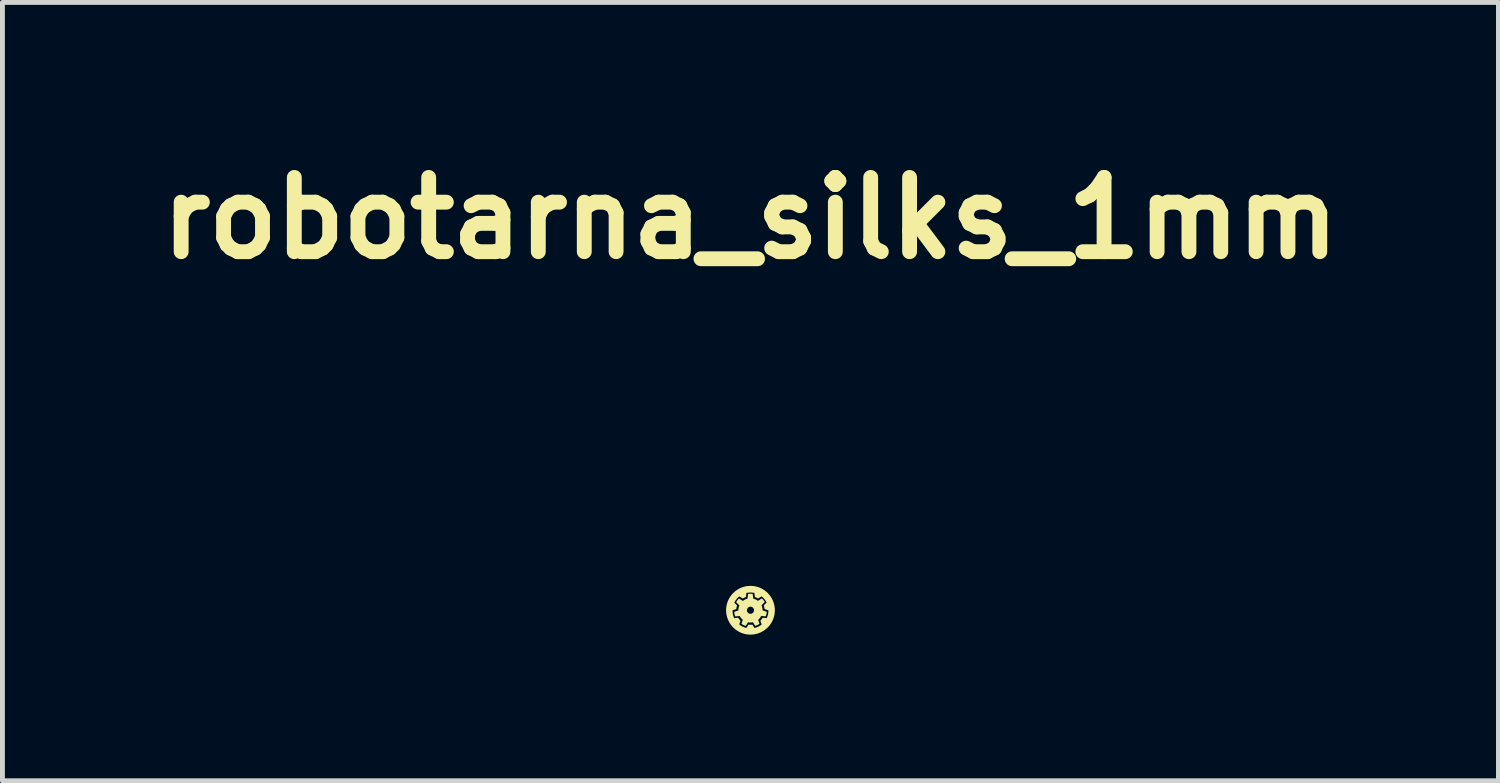
<source format=kicad_pcb>
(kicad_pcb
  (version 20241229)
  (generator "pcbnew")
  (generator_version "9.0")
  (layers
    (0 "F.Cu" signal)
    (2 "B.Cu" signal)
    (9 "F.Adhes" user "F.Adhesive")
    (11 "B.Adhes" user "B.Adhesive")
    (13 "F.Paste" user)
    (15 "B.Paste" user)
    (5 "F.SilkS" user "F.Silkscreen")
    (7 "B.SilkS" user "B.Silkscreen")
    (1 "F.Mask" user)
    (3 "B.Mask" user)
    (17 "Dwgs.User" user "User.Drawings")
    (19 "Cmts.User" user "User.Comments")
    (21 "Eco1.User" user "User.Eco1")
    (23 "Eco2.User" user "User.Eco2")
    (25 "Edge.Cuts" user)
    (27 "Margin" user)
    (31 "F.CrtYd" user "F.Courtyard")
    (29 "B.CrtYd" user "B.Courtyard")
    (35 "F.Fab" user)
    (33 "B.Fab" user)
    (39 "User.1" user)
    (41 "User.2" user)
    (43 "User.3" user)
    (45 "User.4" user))
  (footprint "robotarna_silks_1mm"
    (layer "F.Cu")
    (at 12.352 9.474)
    (property "Reference" "robotarna_silks_1mm" (at 0 -8.048 0) (layer "F.SilkS") (effects (font (size 1.524 1.524) (thickness 0.305))))
    (attr smd)
    (fp_poly (pts (xy -0.000001 0.073) (xy -0.331 0.061) (xy -0.33 0.067) (xy -0.328 0.072) (xy -0.327 0.077) (xy -0.326 0.082) (xy -0.325 0.088) (xy -0.323 0.093) (xy -0.322 0.098) (xy -0.32 0.103) (xy -0.318 0.108) (xy -0.317 0.113) (xy -0.315 0.118) (xy -0.313 0.123) (xy -0.311 0.128) (xy -0.22 0.118) (xy -0.218 0.122) (xy -0.215 0.127) (xy -0.213 0.132) (xy -0.21 0.136) (xy -0.207 0.141) (xy -0.204 0.145) (xy -0.201 0.15) (xy -0.197 0.154) (xy -0.194 0.158) (xy -0.191 0.162) (xy -0.187 0.166) (xy -0.184 0.17) (xy -0.18 0.174) (xy -0.176 0.178) (xy -0.173 0.182) (xy -0.169 0.185) (xy -0.165 0.189) (xy -0.161 0.193) (xy -0.157 0.196) (xy -0.185 0.28) (xy -0.181 0.283) (xy -0.176 0.286) (xy -0.171 0.288) (xy -0.167 0.291) (xy -0.162 0.294) (xy -0.157 0.296) (xy -0.152 0.299) (xy -0.148 0.301) (xy -0.143 0.303) (xy -0.138 0.306) (xy -0.133 0.308) (xy -0.128 0.31) (xy -0.123 0.312) (xy -0.118 0.314) (xy -0.113 0.316) (xy -0.107 0.318) (xy -0.102 0.319) (xy -0.097 0.321) (xy -0.05 0.247) (xy -0.045 0.248) (xy -0.039 0.249) (xy -0.034 0.249) (xy -0.028 0.25) (xy -0.023 0.251) (xy -0.017 0.251) (xy -0.012 0.251) (xy -0.006 0.252) (xy -0.000186 0.252) (xy 0.005 0.252) (xy 0.01 0.251) (xy 0.015 0.251) (xy 0.02 0.251) (xy 0.026 0.25) (xy 0.031 0.25) (xy 0.036 0.249) (xy 0.041 0.248) (xy 0.046 0.247) (xy 0.051 0.247) (xy 0.098 0.321) (xy 0.103 0.319) (xy 0.109 0.317) (xy 0.114 0.316) (xy 0.119 0.314) (xy 0.124 0.312) (xy 0.129 0.31) (xy 0.134 0.308) (xy 0.139 0.305) (xy 0.144 0.303) (xy 0.149 0.301) (xy 0.153 0.298) (xy 0.158 0.296) (xy 0.163 0.293) (xy 0.168 0.291) (xy 0.172 0.288) (xy 0.177 0.285) (xy 0.181 0.282) (xy 0.186 0.279) (xy 0.157 0.196) (xy 0.161 0.192) (xy 0.165 0.189) (xy 0.169 0.185) (xy 0.173 0.182) (xy 0.177 0.178) (xy 0.181 0.174) (xy 0.184 0.17) (xy 0.188 0.166) (xy 0.192 0.162) (xy 0.195 0.157) (xy 0.198 0.153) (xy 0.201 0.149) (xy 0.205 0.144) (xy 0.208 0.14) (xy 0.211 0.135) (xy 0.213 0.131) (xy 0.216 0.126) (xy 0.219 0.121) (xy 0.221 0.116) (xy 0.312 0.126) (xy 0.314 0.121) (xy 0.316 0.116) (xy 0.318 0.111) (xy 0.319 0.106) (xy 0.321 0.101) (xy 0.322 0.096) (xy 0.324 0.091) (xy 0.325 0.086) (xy 0.327 0.08) (xy 0.328 0.075) (xy 0.329 0.07) (xy 0.33 0.065) (xy 0.331 0.059) (xy 0.332 0.054) (xy 0.333 0.049) (xy 0.334 0.043) (xy 0.334 0.038) (xy 0.335 0.033) (xy 0.249 0.002) (xy 0.248 -0.004) (xy 0.248 -0.009) (xy 0.248 -0.015) (xy 0.247 -0.021) (xy 0.247 -0.026) (xy 0.246 -0.032) (xy 0.245 -0.038) (xy 0.244 -0.043) (xy 0.243 -0.049) (xy 0.242 -0.054) (xy 0.241 -0.059) (xy 0.239 -0.065) (xy 0.238 -0.07) (xy 0.236 -0.075) (xy 0.234 -0.081) (xy 0.232 -0.086) (xy 0.23 -0.091) (xy 0.228 -0.096) (xy 0.226 -0.101) (xy 0.292 -0.169) (xy 0.29 -0.173) (xy 0.287 -0.178) (xy 0.284 -0.183) (xy 0.281 -0.188) (xy 0.277 -0.192) (xy 0.274 -0.197) (xy 0.271 -0.201) (xy 0.268 -0.206) (xy 0.264 -0.21) (xy 0.261 -0.214) (xy 0.257 -0.219) (xy 0.254 -0.223) (xy 0.25 -0.227) (xy 0.246 -0.231) (xy 0.242 -0.235) (xy 0.238 -0.239) (xy 0.234 -0.243) (xy 0.153 -0.192) (xy 0.149 -0.195) (xy 0.145 -0.199) (xy 0.141 -0.202) (xy 0.136 -0.205) (xy 0.132 -0.208) (xy 0.127 -0.21) (xy 0.122 -0.213) (xy 0.118 -0.216) (xy 0.113 -0.218) (xy 0.108 -0.221) (xy 0.103 -0.223) (xy 0.098 -0.225) (xy 0.093 -0.227) (xy 0.088 -0.229) (xy 0.083 -0.231) (xy 0.078 -0.233) (xy 0.073 -0.234) (xy 0.067 -0.236) (xy 0.062 -0.237) (xy 0.057 -0.239) (xy 0.045 -0.335) (xy 0.04 -0.336) (xy 0.034 -0.336) (xy 0.029 -0.337) (xy 0.023 -0.337) (xy 0.017 -0.338) (xy 0.012 -0.338) (xy 0.006 -0.338) (xy 0.001 -0.338) (xy -0.005 -0.338) (xy -0.011 -0.338) (xy -0.016 -0.338) (xy -0.022 -0.337) (xy -0.027 -0.337) (xy -0.033 -0.336) (xy -0.038 -0.336) (xy -0.043 -0.335) (xy -0.049 -0.334) (xy -0.06 -0.238) (xy -0.065 -0.237) (xy -0.07 -0.235) (xy -0.075 -0.233) (xy -0.081 -0.232) (xy -0.086 -0.23) (xy -0.091 -0.228) (xy -0.096 -0.226) (xy -0.101 -0.224) (xy -0.106 -0.222) (xy -0.11 -0.219) (xy -0.115 -0.217) (xy -0.12 -0.214) (xy -0.125 -0.212) (xy -0.129 -0.209) (xy -0.134 -0.206) (xy -0.138 -0.203) (xy -0.142 -0.2) (xy -0.147 -0.197) (xy -0.151 -0.194) (xy -0.155 -0.191) (xy -0.237 -0.241) (xy -0.24 -0.237) (xy -0.244 -0.233) (xy -0.248 -0.229) (xy -0.252 -0.225) (xy -0.255 -0.22) (xy -0.259 -0.216) (xy -0.263 -0.212) (xy -0.266 -0.207) (xy -0.269 -0.203) (xy -0.273 -0.198) (xy -0.276 -0.194) (xy -0.279 -0.189) (xy -0.282 -0.185) (xy -0.285 -0.18) (xy -0.288 -0.175) (xy -0.291 -0.17) (xy -0.294 -0.165) (xy -0.227 -0.098) (xy -0.229 -0.093) (xy -0.231 -0.088) (xy -0.233 -0.083) (xy -0.235 -0.078) (xy -0.236 -0.073) (xy -0.238 -0.068) (xy -0.239 -0.063) (xy -0.241 -0.057) (xy -0.242 -0.052) (xy -0.243 -0.047) (xy -0.244 -0.041) (xy -0.245 -0.036) (xy -0.246 -0.031) (xy -0.247 -0.025) (xy -0.247 -0.02) (xy -0.248 -0.014) (xy -0.248 -0.008) (xy -0.248 -0.003) (xy -0.248 0.003) (xy -0.248 0.003) (xy -0.335 0.034) (xy -0.334 0.04) (xy -0.333 0.045) (xy -0.332 0.051) (xy -0.332 0.056) (xy -0.331 0.061) (xy -0.000001 0.073) (xy -0.005 0.073) (xy -0.01 0.072) (xy -0.015 0.071) (xy -0.02 0.07) (xy -0.025 0.069) (xy -0.03 0.067) (xy -0.034 0.065) (xy -0.038 0.062) (xy -0.042 0.059) (xy -0.046 0.056) (xy -0.05 0.053) (xy -0.053 0.05) (xy -0.056 0.046) (xy -0.059 0.042) (xy -0.062 0.038) (xy -0.065 0.034) (xy -0.067 0.03) (xy -0.069 0.025) (xy -0.07 0.02) (xy -0.071 0.015) (xy -0.072 0.01) (xy -0.073 0.005) (xy -0.073 0.000002) (xy -0.073 -0.005) (xy -0.072 -0.01) (xy -0.071 -0.015) (xy -0.07 -0.02) (xy -0.069 -0.025) (xy -0.067 -0.03) (xy -0.065 -0.034) (xy -0.062 -0.038) (xy -0.059 -0.042) (xy -0.056 -0.046) (xy -0.053 -0.05) (xy -0.05 -0.053) (xy -0.046 -0.056) (xy -0.042 -0.059) (xy -0.038 -0.062) (xy -0.034 -0.065) (xy -0.03 -0.067) (xy -0.025 -0.069) (xy -0.02 -0.07) (xy -0.015 -0.071) (xy -0.01 -0.072) (xy -0.005 -0.073) (xy -0.000001 -0.073) (xy 0.005 -0.073) (xy 0.01 -0.072) (xy 0.015 -0.071) (xy 0.02 -0.07) (xy 0.025 -0.069) (xy 0.03 -0.067) (xy 0.034 -0.065) (xy 0.038 -0.062) (xy 0.042 -0.059) (xy 0.046 -0.056) (xy 0.05 -0.053) (xy 0.053 -0.05) (xy 0.056 -0.046) (xy 0.059 -0.042) (xy 0.062 -0.038) (xy 0.065 -0.034) (xy 0.067 -0.03) (xy 0.069 -0.025) (xy 0.07 -0.02) (xy 0.071 -0.015) (xy 0.072 -0.01) (xy 0.073 -0.005) (xy 0.073 0.000002) (xy 0.073 0.005) (xy 0.072 0.01) (xy 0.071 0.015) (xy 0.07 0.02) (xy 0.069 0.025) (xy 0.067 0.03) (xy 0.065 0.034) (xy 0.062 0.038) (xy 0.059 0.042) (xy 0.056 0.046) (xy 0.053 0.05) (xy 0.05 0.053) (xy 0.046 0.056) (xy 0.042 0.059) (xy 0.038 0.062) (xy 0.034 0.065) (xy 0.03 0.067) (xy 0.025 0.069) (xy 0.02 0.07) (xy 0.015 0.071) (xy 0.01 0.072) (xy 0.005 0.073) (xy -0.000001 0.073)) (stroke (width 0) (type solid)) (fill yes) (layer "F.SilkS"))
    (fp_poly (pts (xy 0.333 0.163) (xy 0.074 0.495) (xy 0.079 0.494) (xy 0.084 0.493) (xy 0.089 0.492) (xy 0.094 0.491) (xy 0.099 0.49) (xy 0.105 0.489) (xy 0.11 0.488) (xy 0.115 0.487) (xy 0.12 0.486) (xy 0.125 0.484) (xy 0.13 0.483) (xy 0.135 0.482) (xy 0.139 0.48) (xy 0.144 0.479) (xy 0.149 0.477) (xy 0.154 0.476) (xy 0.159 0.474) (xy 0.164 0.473) (xy 0.169 0.471) (xy 0.173 0.469) (xy 0.178 0.467) (xy 0.183 0.465) (xy 0.188 0.464) (xy 0.192 0.462) (xy 0.197 0.46) (xy 0.202 0.458) (xy 0.206 0.456) (xy 0.211 0.454) (xy 0.215 0.451) (xy 0.22 0.449) (xy 0.224 0.447) (xy 0.229 0.445) (xy 0.233 0.442) (xy 0.238 0.44) (xy 0.242 0.438) (xy 0.247 0.435) (xy 0.251 0.433) (xy 0.255 0.43) (xy 0.26 0.427) (xy 0.264 0.425) (xy 0.268 0.422) (xy 0.272 0.419) (xy 0.276 0.417) (xy 0.281 0.414) (xy 0.285 0.411) (xy 0.289 0.408) (xy 0.293 0.405) (xy 0.297 0.402) (xy 0.301 0.399) (xy 0.305 0.396) (xy 0.309 0.393) (xy 0.313 0.39) (xy 0.317 0.387) (xy 0.32 0.384) (xy 0.324 0.381) (xy 0.328 0.377) (xy 0.332 0.374) (xy 0.335 0.371) (xy 0.339 0.367) (xy 0.343 0.364) (xy 0.346 0.361) (xy 0.35 0.357) (xy 0.354 0.354) (xy 0.357 0.35) (xy 0.361 0.346) (xy 0.364 0.343) (xy 0.367 0.339) (xy 0.371 0.335) (xy 0.374 0.332) (xy 0.377 0.328) (xy 0.381 0.324) (xy 0.384 0.32) (xy 0.387 0.317) (xy 0.39 0.313) (xy 0.393 0.309) (xy 0.396 0.305) (xy 0.399 0.301) (xy 0.402 0.297) (xy 0.405 0.293) (xy 0.408 0.289) (xy 0.411 0.285) (xy 0.414 0.281) (xy 0.417 0.276) (xy 0.419 0.272) (xy 0.422 0.268) (xy 0.425 0.264) (xy 0.427 0.26) (xy 0.43 0.255) (xy 0.433 0.251) (xy 0.435 0.247) (xy 0.438 0.242) (xy 0.44 0.238) (xy 0.442 0.233) (xy 0.445 0.229) (xy 0.447 0.224) (xy 0.449 0.22) (xy 0.451 0.215) (xy 0.454 0.211) (xy 0.456 0.206) (xy 0.458 0.202) (xy 0.46 0.197) (xy 0.462 0.192) (xy 0.464 0.188) (xy 0.465 0.183) (xy 0.467 0.178) (xy 0.469 0.173) (xy 0.471 0.169) (xy 0.473 0.164) (xy 0.474 0.159) (xy 0.476 0.154) (xy 0.477 0.149) (xy 0.479 0.144) (xy 0.48 0.139) (xy 0.482 0.135) (xy 0.483 0.13) (xy 0.484 0.125) (xy 0.486 0.12) (xy 0.487 0.115) (xy 0.488 0.11) (xy 0.489 0.105) (xy 0.49 0.1) (xy 0.491 0.094) (xy 0.492 0.089) (xy 0.493 0.084) (xy 0.494 0.079) (xy 0.495 0.074) (xy 0.495 0.069) (xy 0.496 0.064) (xy 0.497 0.058) (xy 0.497 0.053) (xy 0.498 0.048) (xy 0.498 0.043) (xy 0.499 0.037) (xy 0.499 0.032) (xy 0.499 0.027) (xy 0.5 0.021) (xy 0.5 0.016) (xy 0.5 0.011) (xy 0.5 0.005) (xy 0.5 0.000001) (xy 0.5 -0.005) (xy 0.5 -0.011) (xy 0.5 -0.016) (xy 0.5 -0.021) (xy 0.499 -0.027) (xy 0.499 -0.032) (xy 0.499 -0.037) (xy 0.498 -0.043) (xy 0.498 -0.048) (xy 0.497 -0.053) (xy 0.497 -0.058) (xy 0.496 -0.064) (xy 0.495 -0.069) (xy 0.495 -0.074) (xy 0.494 -0.079) (xy 0.493 -0.084) (xy 0.492 -0.089) (xy 0.491 -0.094) (xy 0.49 -0.099) (xy 0.489 -0.105) (xy 0.488 -0.11) (xy 0.487 -0.115) (xy 0.486 -0.12) (xy 0.484 -0.125) (xy 0.483 -0.13) (xy 0.482 -0.135) (xy 0.48 -0.139) (xy 0.479 -0.144) (xy 0.477 -0.149) (xy 0.476 -0.154) (xy 0.474 -0.159) (xy 0.473 -0.164) (xy 0.471 -0.169) (xy 0.469 -0.173) (xy 0.467 -0.178) (xy 0.465 -0.183) (xy 0.464 -0.188) (xy 0.462 -0.192) (xy 0.46 -0.197) (xy 0.458 -0.202) (xy 0.456 -0.206) (xy 0.454 -0.211) (xy 0.451 -0.215) (xy 0.449 -0.22) (xy 0.447 -0.224) (xy 0.445 -0.229) (xy 0.442 -0.233) (xy 0.44 -0.238) (xy 0.438 -0.242) (xy 0.435 -0.247) (xy 0.433 -0.251) (xy 0.43 -0.255) (xy 0.427 -0.26) (xy 0.425 -0.264) (xy 0.422 -0.268) (xy 0.419 -0.272) (xy 0.417 -0.276) (xy 0.414 -0.281) (xy 0.411 -0.285) (xy 0.408 -0.289) (xy 0.405 -0.293) (xy 0.402 -0.297) (xy 0.399 -0.301) (xy 0.396 -0.305) (xy 0.393 -0.309) (xy 0.39 -0.313) (xy 0.387 -0.317) (xy 0.384 -0.32) (xy 0.381 -0.324) (xy 0.377 -0.328) (xy 0.374 -0.332) (xy 0.371 -0.335) (xy 0.367 -0.339) (xy 0.364 -0.343) (xy 0.361 -0.346) (xy 0.357 -0.35) (xy 0.354 -0.354) (xy 0.35 -0.357) (xy 0.346 -0.361) (xy 0.343 -0.364) (xy 0.339 -0.367) (xy 0.335 -0.371) (xy 0.332 -0.374) (xy 0.328 -0.377) (xy 0.324 -0.381) (xy 0.32 -0.384) (xy 0.317 -0.387) (xy 0.313 -0.39) (xy 0.309 -0.393) (xy 0.305 -0.396) (xy 0.301 -0.399) (xy 0.297 -0.402) (xy 0.293 -0.405) (xy 0.289 -0.408) (xy 0.285 -0.411) (xy 0.281 -0.414) (xy 0.276 -0.417) (xy 0.272 -0.419) (xy 0.268 -0.422) (xy 0.264 -0.425) (xy 0.26 -0.427) (xy 0.255 -0.43) (xy 0.251 -0.433) (xy 0.247 -0.435) (xy 0.242 -0.438) (xy 0.238 -0.44) (xy 0.233 -0.442) (xy 0.229 -0.445) (xy 0.224 -0.447) (xy 0.22 -0.449) (xy 0.215 -0.451) (xy 0.211 -0.454) (xy 0.206 -0.456) (xy 0.202 -0.458) (xy 0.197 -0.46) (xy 0.192 -0.462) (xy 0.188 -0.464) (xy 0.183 -0.465) (xy 0.178 -0.467) (xy 0.173 -0.469) (xy 0.169 -0.471) (xy 0.164 -0.473) (xy 0.159 -0.474) (xy 0.154 -0.476) (xy 0.149 -0.477) (xy 0.144 -0.479) (xy 0.139 -0.48) (xy 0.135 -0.482) (xy 0.13 -0.483) (xy 0.125 -0.484) (xy 0.12 -0.486) (xy 0.115 -0.487) (xy 0.11 -0.488) (xy 0.105 -0.489) (xy 0.099 -0.49) (xy 0.094 -0.491) (xy 0.089 -0.492) (xy 0.084 -0.493) (xy 0.079 -0.494) (xy 0.074 -0.495) (xy 0.069 -0.495) (xy 0.064 -0.496) (xy 0.058 -0.497) (xy 0.053 -0.497) (xy 0.048 -0.498) (xy 0.043 -0.498) (xy 0.037 -0.499) (xy 0.032 -0.499) (xy 0.027 -0.499) (xy 0.021 -0.5) (xy 0.016 -0.5) (xy 0.011 -0.5) (xy 0.005 -0.5) (xy -0.000001 -0.5) (xy -0.005 -0.5) (xy -0.011 -0.5) (xy -0.016 -0.5) (xy -0.021 -0.5) (xy -0.027 -0.499) (xy -0.032 -0.499) (xy -0.037 -0.499) (xy -0.043 -0.498) (xy -0.048 -0.498) (xy -0.053 -0.497) (xy -0.058 -0.497) (xy -0.064 -0.496) (xy -0.069 -0.495) (xy -0.074 -0.495) (xy -0.079 -0.494) (xy -0.084 -0.493) (xy -0.089 -0.492) (xy -0.094 -0.491) (xy -0.1 -0.49) (xy -0.105 -0.489) (xy -0.11 -0.488) (xy -0.115 -0.487) (xy -0.12 -0.486) (xy -0.125 -0.484) (xy -0.13 -0.483) (xy -0.135 -0.482) (xy -0.139 -0.48) (xy -0.144 -0.479) (xy -0.149 -0.477) (xy -0.154 -0.476) (xy -0.159 -0.474) (xy -0.164 -0.473) (xy -0.169 -0.471) (xy -0.173 -0.469) (xy -0.178 -0.467) (xy -0.183 -0.465) (xy -0.188 -0.464) (xy -0.192 -0.462) (xy -0.197 -0.46) (xy -0.202 -0.458) (xy -0.206 -0.456) (xy -0.211 -0.454) (xy -0.215 -0.451) (xy -0.22 -0.449) (xy -0.224 -0.447) (xy -0.229 -0.445) (xy -0.233 -0.442) (xy -0.238 -0.44) (xy -0.242 -0.438) (xy -0.247 -0.435) (xy -0.251 -0.433) (xy -0.255 -0.43) (xy -0.26 -0.427) (xy -0.264 -0.425) (xy -0.268 -0.422) (xy -0.272 -0.419) (xy -0.276 -0.417) (xy -0.281 -0.414) (xy -0.285 -0.411) (xy -0.289 -0.408) (xy -0.293 -0.405) (xy -0.297 -0.402) (xy -0.301 -0.399) (xy -0.305 -0.396) (xy -0.309 -0.393) (xy -0.313 -0.39) (xy -0.317 -0.387) (xy -0.32 -0.384) (xy -0.324 -0.381) (xy -0.328 -0.377) (xy -0.332 -0.374) (xy -0.335 -0.371) (xy -0.339 -0.367) (xy -0.343 -0.364) (xy -0.346 -0.361) (xy -0.35 -0.357) (xy -0.354 -0.354) (xy -0.357 -0.35) (xy -0.361 -0.346) (xy -0.364 -0.343) (xy -0.367 -0.339) (xy -0.371 -0.335) (xy -0.374 -0.332) (xy -0.377 -0.328) (xy -0.381 -0.324) (xy -0.384 -0.32) (xy -0.387 -0.317) (xy -0.39 -0.313) (xy -0.393 -0.309) (xy -0.396 -0.305) (xy -0.399 -0.301) (xy -0.402 -0.297) (xy -0.405 -0.293) (xy -0.408 -0.289) (xy -0.411 -0.285) (xy -0.414 -0.281) (xy -0.417 -0.276) (xy -0.419 -0.272) (xy -0.422 -0.268) (xy -0.425 -0.264) (xy -0.427 -0.26) (xy -0.43 -0.255) (xy -0.433 -0.251) (xy -0.435 -0.247) (xy -0.438 -0.242) (xy -0.44 -0.238) (xy -0.442 -0.233) (xy -0.445 -0.229) (xy -0.447 -0.224) (xy -0.449 -0.22) (xy -0.451 -0.215) (xy -0.454 -0.211) (xy -0.456 -0.206) (xy -0.458 -0.202) (xy -0.46 -0.197) (xy -0.462 -0.192) (xy -0.464 -0.188) (xy -0.465 -0.183) (xy -0.467 -0.178) (xy -0.469 -0.173) (xy -0.471 -0.169) (xy -0.473 -0.164) (xy -0.474 -0.159) (xy -0.476 -0.154) (xy -0.477 -0.149) (xy -0.479 -0.144) (xy -0.48 -0.139) (xy -0.482 -0.135) (xy -0.483 -0.13) (xy -0.484 -0.125) (xy -0.486 -0.12) (xy -0.487 -0.115) (xy -0.488 -0.11) (xy -0.489 -0.105) (xy -0.49 -0.099) (xy -0.491 -0.094) (xy -0.492 -0.089) (xy -0.493 -0.084) (xy -0.494 -0.079) (xy -0.495 -0.074) (xy -0.495 -0.069) (xy -0.496 -0.064) (xy -0.497 -0.058) (xy -0.497 -0.053) (xy -0.498 -0.048) (xy -0.498 -0.043) (xy -0.499 -0.037) (xy -0.499 -0.032) (xy -0.499 -0.027) (xy -0.5 -0.021) (xy -0.5 -0.016) (xy -0.5 -0.011) (xy -0.5 -0.005) (xy -0.5 0.000001) (xy -0.5 0.005) (xy -0.5 0.011) (xy -0.5 0.016) (xy -0.5 0.021) (xy -0.499 0.027) (xy -0.499 0.032) (xy -0.499 0.037) (xy -0.498 0.043) (xy -0.498 0.048) (xy -0.497 0.053) (xy -0.497 0.058) (xy -0.496 0.064) (xy -0.495 0.069) (xy -0.495 0.074) (xy -0.494 0.079) (xy -0.493 0.084) (xy -0.492 0.089) (xy -0.491 0.094) (xy -0.49 0.1) (xy -0.489 0.105) (xy -0.488 0.11) (xy -0.487 0.115) (xy -0.486 0.12) (xy -0.484 0.125) (xy -0.483 0.13) (xy -0.482 0.135) (xy -0.48 0.139) (xy -0.479 0.144) (xy -0.477 0.149) (xy -0.476 0.154) (xy -0.474 0.159) (xy -0.473 0.164) (xy -0.471 0.169) (xy -0.469 0.173) (xy -0.467 0.178) (xy -0.465 0.183) (xy -0.464 0.188) (xy -0.462 0.192) (xy -0.46 0.197) (xy -0.458 0.202) (xy -0.456 0.206) (xy -0.454 0.211) (xy -0.451 0.215) (xy -0.449 0.22) (xy -0.447 0.224) (xy -0.445 0.229) (xy -0.442 0.233) (xy -0.44 0.238) (xy -0.438 0.242) (xy -0.435 0.247) (xy -0.433 0.251) (xy -0.43 0.255) (xy -0.427 0.26) (xy -0.425 0.264) (xy -0.422 0.268) (xy -0.419 0.272) (xy -0.417 0.276) (xy -0.414 0.281) (xy -0.411 0.285) (xy -0.408 0.289) (xy -0.405 0.293) (xy -0.402 0.297) (xy -0.399 0.301) (xy -0.396 0.305) (xy -0.393 0.309) (xy -0.39 0.313) (xy -0.387 0.317) (xy -0.384 0.32) (xy -0.381 0.324) (xy -0.377 0.328) (xy -0.374 0.332) (xy -0.371 0.335) (xy -0.367 0.339) (xy -0.364 0.343) (xy -0.361 0.346) (xy -0.357 0.35) (xy -0.354 0.354) (xy -0.35 0.357) (xy -0.346 0.361) (xy -0.343 0.364) (xy -0.339 0.367) (xy -0.335 0.371) (xy -0.332 0.374) (xy -0.328 0.377) (xy -0.324 0.381) (xy -0.32 0.384) (xy -0.317 0.387) (xy -0.313 0.39) (xy -0.309 0.393) (xy -0.305 0.396) (xy -0.301 0.399) (xy -0.297 0.402) (xy -0.293 0.405) (xy -0.289 0.408) (xy -0.285 0.411) (xy -0.281 0.414) (xy -0.276 0.417) (xy -0.272 0.419) (xy -0.268 0.422) (xy -0.264 0.425) (xy -0.26 0.427) (xy -0.255 0.43) (xy -0.251 0.433) (xy -0.247 0.435) (xy -0.242 0.438) (xy -0.238 0.44) (xy -0.233 0.442) (xy -0.229 0.445) (xy -0.224 0.447) (xy -0.22 0.449) (xy -0.215 0.451) (xy -0.211 0.454) (xy -0.206 0.456) (xy -0.202 0.458) (xy -0.197 0.46) (xy -0.192 0.462) (xy -0.188 0.464) (xy -0.183 0.465) (xy -0.178 0.467) (xy -0.173 0.469) (xy -0.169 0.471) (xy -0.164 0.473) (xy -0.159 0.474) (xy -0.154 0.476) (xy -0.149 0.477) (xy -0.144 0.479) (xy -0.139 0.48) (xy -0.135 0.482) (xy -0.13 0.483) (xy -0.125 0.484) (xy -0.12 0.486) (xy -0.115 0.487) (xy -0.11 0.488) (xy -0.105 0.489) (xy -0.1 0.49) (xy -0.094 0.491) (xy -0.089 0.492) (xy -0.084 0.493) (xy -0.079 0.494) (xy -0.074 0.495) (xy -0.069 0.495) (xy -0.064 0.496) (xy -0.058 0.497) (xy -0.053 0.497) (xy -0.048 0.498) (xy -0.043 0.498) (xy -0.037 0.499) (xy -0.032 0.499) (xy -0.027 0.499) (xy -0.021 0.5) (xy -0.016 0.5) (xy -0.011 0.5) (xy -0.005 0.5) (xy -0.000001 0.5) (xy 0.005 0.5) (xy 0.011 0.5) (xy 0.016 0.5) (xy 0.021 0.5) (xy 0.027 0.499) (xy 0.032 0.499) (xy 0.037 0.499) (xy 0.043 0.498) (xy 0.048 0.498) (xy 0.053 0.497) (xy 0.058 0.497) (xy 0.064 0.496) (xy 0.069 0.495) (xy 0.074 0.495) (xy 0.333 0.163) (xy 0.251 0.154) (xy 0.248 0.159) (xy 0.245 0.163) (xy 0.242 0.168) (xy 0.239 0.173) (xy 0.235 0.177) (xy 0.232 0.182) (xy 0.229 0.186) (xy 0.225 0.19) (xy 0.222 0.195) (xy 0.218 0.199) (xy 0.214 0.203) (xy 0.211 0.207) (xy 0.207 0.211) (xy 0.203 0.215) (xy 0.23 0.293) (xy 0.225 0.296) (xy 0.221 0.299) (xy 0.217 0.303) (xy 0.212 0.306) (xy 0.208 0.309) (xy 0.203 0.312) (xy 0.199 0.315) (xy 0.194 0.318) (xy 0.189 0.321) (xy 0.185 0.324) (xy 0.18 0.326) (xy 0.175 0.329) (xy 0.17 0.332) (xy 0.165 0.334) (xy 0.16 0.336) (xy 0.156 0.339) (xy 0.151 0.341) (xy 0.145 0.343) (xy 0.14 0.345) (xy 0.135 0.348) (xy 0.13 0.35) (xy 0.125 0.351) (xy 0.12 0.353) (xy 0.114 0.355) (xy 0.109 0.357) (xy 0.104 0.358) (xy 0.098 0.36) (xy 0.093 0.361) (xy 0.088 0.363) (xy 0.082 0.364) (xy 0.039 0.295) (xy 0.034 0.296) (xy 0.029 0.297) (xy 0.024 0.297) (xy 0.019 0.297) (xy 0.014 0.298) (xy 0.009 0.298) (xy 0.004 0.298) (xy -0.001 0.298) (xy -0.006 0.298) (xy -0.011 0.298) (xy -0.016 0.298) (xy -0.021 0.297) (xy -0.026 0.297) (xy -0.031 0.297) (xy -0.036 0.296) (xy -0.041 0.295) (xy -0.084 0.364) (xy -0.089 0.362) (xy -0.095 0.361) (xy -0.1 0.359) (xy -0.106 0.358) (xy -0.111 0.356) (xy -0.116 0.354) (xy -0.122 0.353) (xy -0.127 0.351) (xy -0.132 0.349) (xy -0.137 0.347) (xy -0.142 0.345) (xy -0.147 0.343) (xy -0.152 0.34) (xy -0.157 0.338) (xy -0.162 0.336) (xy -0.167 0.333) (xy -0.172 0.331) (xy -0.177 0.328) (xy -0.182 0.325) (xy -0.186 0.323) (xy -0.191 0.32) (xy -0.196 0.317) (xy -0.2 0.314) (xy -0.205 0.311) (xy -0.209 0.308) (xy -0.214 0.305) (xy -0.218 0.301) (xy -0.223 0.298) (xy -0.227 0.295) (xy -0.231 0.291) (xy -0.205 0.215) (xy -0.209 0.211) (xy -0.213 0.207) (xy -0.217 0.203) (xy -0.22 0.199) (xy -0.224 0.195) (xy -0.227 0.19) (xy -0.231 0.186) (xy -0.234 0.182) (xy -0.238 0.177) (xy -0.241 0.173) (xy -0.244 0.168) (xy -0.247 0.163) (xy -0.25 0.159) (xy -0.253 0.154) (xy -0.333 0.163) (xy -0.335 0.158) (xy -0.337 0.153) (xy -0.34 0.148) (xy -0.342 0.143) (xy -0.344 0.138) (xy -0.345 0.133) (xy -0.347 0.128) (xy -0.349 0.123) (xy -0.351 0.118) (xy -0.352 0.113) (xy -0.354 0.108) (xy -0.355 0.103) (xy -0.357 0.097) (xy -0.358 0.092) (xy -0.359 0.087) (xy -0.361 0.082) (xy -0.362 0.076) (xy -0.363 0.071) (xy -0.364 0.065) (xy -0.364 0.06) (xy -0.365 0.055) (xy -0.366 0.049) (xy -0.367 0.044) (xy -0.367 0.038) (xy -0.368 0.033) (xy -0.368 0.027) (xy -0.368 0.021) (xy -0.368 0.016) (xy -0.369 0.01) (xy -0.369 0.005) (xy -0.369 0.002) (xy -0.291 -0.025) (xy -0.291 -0.031) (xy -0.29 -0.036) (xy -0.289 -0.041) (xy -0.288 -0.047) (xy -0.287 -0.052) (xy -0.286 -0.057) (xy -0.285 -0.062) (xy -0.284 -0.067) (xy -0.282 -0.073) (xy -0.281 -0.078) (xy -0.279 -0.083) (xy -0.278 -0.088) (xy -0.276 -0.093) (xy -0.274 -0.097) (xy -0.332 -0.156) (xy -0.329 -0.161) (xy -0.327 -0.166) (xy -0.324 -0.171) (xy -0.322 -0.176) (xy -0.319 -0.18) (xy -0.316 -0.185) (xy -0.313 -0.19) (xy -0.31 -0.195) (xy -0.307 -0.199) (xy -0.304 -0.204) (xy -0.301 -0.208) (xy -0.298 -0.213) (xy -0.294 -0.217) (xy -0.291 -0.222) (xy -0.287 -0.226) (xy -0.284 -0.23) (xy -0.28 -0.235) (xy -0.277 -0.239) (xy -0.273 -0.243) (xy -0.269 -0.247) (xy -0.265 -0.251) (xy -0.262 -0.255) (xy -0.258 -0.259) (xy -0.254 -0.263) (xy -0.25 -0.266) (xy -0.246 -0.27) (xy -0.241 -0.274) (xy -0.237 -0.277) (xy -0.233 -0.281) (xy -0.229 -0.284) (xy -0.158 -0.24) (xy -0.153 -0.243) (xy -0.148 -0.246) (xy -0.144 -0.249) (xy -0.139 -0.251) (xy -0.134 -0.254) (xy -0.129 -0.256) (xy -0.124 -0.259) (xy -0.119 -0.261) (xy -0.114 -0.263) (xy -0.109 -0.265) (xy -0.104 -0.267) (xy -0.099 -0.269) (xy -0.093 -0.271) (xy -0.084 -0.354) (xy -0.078 -0.356) (xy -0.073 -0.357) (xy -0.067 -0.358) (xy -0.062 -0.359) (xy -0.056 -0.36) (xy -0.051 -0.36) (xy -0.045 -0.361) (xy -0.04 -0.362) (xy -0.034 -0.362) (xy -0.028 -0.363) (xy -0.023 -0.363) (xy -0.017 -0.364) (xy -0.011 -0.364) (xy -0.006 -0.364) (xy -0.000001 -0.364) (xy 0.006 -0.364) (xy 0.011 -0.364) (xy 0.017 -0.364) (xy 0.022 -0.363) (xy 0.028 -0.363) (xy 0.033 -0.362) (xy 0.039 -0.362) (xy 0.044 -0.361) (xy 0.049 -0.361) (xy 0.055 -0.36) (xy 0.06 -0.359) (xy 0.066 -0.358) (xy 0.071 -0.357) (xy 0.076 -0.356) (xy 0.081 -0.355) (xy 0.091 -0.271) (xy 0.096 -0.269) (xy 0.102 -0.267) (xy 0.107 -0.265) (xy 0.112 -0.263) (xy 0.117 -0.261) (xy 0.122 -0.259) (xy 0.127 -0.256) (xy 0.132 -0.254) (xy 0.137 -0.251) (xy 0.141 -0.249) (xy 0.146 -0.246) (xy 0.151 -0.243) (xy 0.155 -0.24) (xy 0.228 -0.285) (xy 0.232 -0.282) (xy 0.236 -0.278) (xy 0.241 -0.275) (xy 0.245 -0.271) (xy 0.249 -0.267) (xy 0.253 -0.264) (xy 0.257 -0.26) (xy 0.261 -0.256) (xy 0.265 -0.252) (xy 0.268 -0.248) (xy 0.272 -0.244) (xy 0.276 -0.24) (xy 0.279 -0.236) (xy 0.283 -0.231) (xy 0.287 -0.227) (xy 0.29 -0.223) (xy 0.293 -0.219) (xy 0.297 -0.214) (xy 0.3 -0.21) (xy 0.303 -0.205) (xy 0.306 -0.201) (xy 0.309 -0.196) (xy 0.312 -0.191) (xy 0.315 -0.187) (xy 0.318 -0.182) (xy 0.321 -0.177) (xy 0.323 -0.172) (xy 0.326 -0.167) (xy 0.329 -0.162) (xy 0.331 -0.157) (xy 0.272 -0.097) (xy 0.274 -0.093) (xy 0.275 -0.088) (xy 0.277 -0.083) (xy 0.279 -0.078) (xy 0.28 -0.073) (xy 0.281 -0.067) (xy 0.283 -0.062) (xy 0.284 -0.057) (xy 0.285 -0.052) (xy 0.286 -0.047) (xy 0.287 -0.041) (xy 0.288 -0.036) (xy 0.289 -0.031) (xy 0.289 -0.025) (xy 0.369 0.003) (xy 0.369 0.005) (xy 0.369 0.01) (xy 0.368 0.016) (xy 0.368 0.021) (xy 0.368 0.027) (xy 0.368 0.033) (xy 0.367 0.038) (xy 0.366 0.044) (xy 0.366 0.049) (xy 0.365 0.055) (xy 0.364 0.06) (xy 0.364 0.066) (xy 0.363 0.071) (xy 0.362 0.076) (xy 0.36 0.082) (xy 0.359 0.087) (xy 0.358 0.092) (xy 0.357 0.098) (xy 0.355 0.103) (xy 0.354 0.108) (xy 0.352 0.113) (xy 0.351 0.118) (xy 0.349 0.123) (xy 0.347 0.128) (xy 0.345 0.133) (xy 0.343 0.138) (xy 0.342 0.143) (xy 0.339 0.148) (xy 0.337 0.153) (xy 0.335 0.158) (xy 0.333 0.163)) (stroke (width 0) (type solid)) (fill yes) (layer "F.SilkS")))
  (gr_rect
    (start -3 -3)
    (end 27.703 12.974)
    (stroke (width 0.1) (type default))
    (fill no)
    (layer "Edge.Cuts")))
</source>
